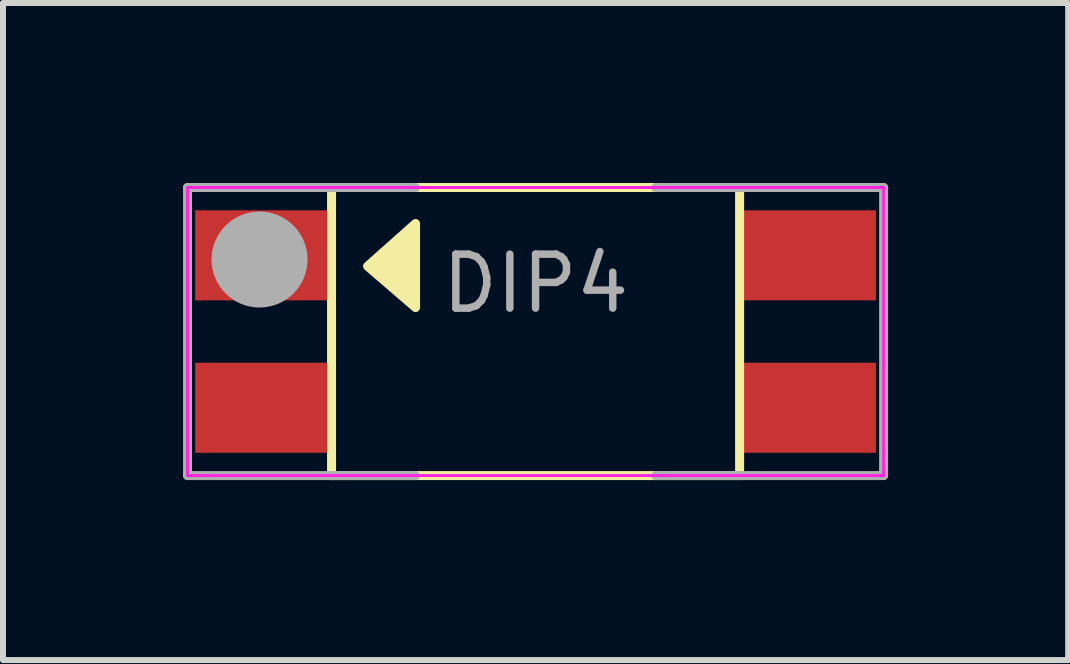
<source format=kicad_pcb>
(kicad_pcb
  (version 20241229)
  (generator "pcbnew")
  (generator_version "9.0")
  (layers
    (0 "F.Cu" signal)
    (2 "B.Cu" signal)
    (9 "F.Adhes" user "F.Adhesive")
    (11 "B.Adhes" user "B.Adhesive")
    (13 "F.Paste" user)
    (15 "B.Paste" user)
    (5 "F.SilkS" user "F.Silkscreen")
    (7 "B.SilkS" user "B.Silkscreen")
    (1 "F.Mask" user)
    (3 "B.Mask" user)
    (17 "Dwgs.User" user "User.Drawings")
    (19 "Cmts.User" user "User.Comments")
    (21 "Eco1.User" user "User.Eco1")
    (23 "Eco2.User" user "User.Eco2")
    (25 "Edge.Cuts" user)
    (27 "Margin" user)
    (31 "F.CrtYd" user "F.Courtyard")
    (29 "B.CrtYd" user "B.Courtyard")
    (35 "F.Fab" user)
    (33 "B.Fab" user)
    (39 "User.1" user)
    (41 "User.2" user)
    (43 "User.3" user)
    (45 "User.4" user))
  (footprint "DIP4"
    (layer "F.Cu")
    (at 5.875 2.475)
    (property "Reference" "DIP4" (at 0 -0.8 180) (layer "F.Fab") (effects (font (size 0.9 0.9) (thickness 0.124))))
    (attr smd)
    (fp_line (start -3.4 -2.4) (end 3.4 -2.4) (stroke (width 0.15) (type solid)) (layer "F.SilkS"))
    (fp_line (start -3.4 2.4) (end -3.4 -2.4) (stroke (width 0.15) (type solid)) (layer "F.SilkS"))
    (fp_line (start -3.4 2.4) (end 3.4 2.4) (stroke (width 0.15) (type solid)) (layer "F.SilkS"))
    (fp_line (start 3.4 2.4) (end 3.4 -2.4) (stroke (width 0.15) (type solid)) (layer "F.SilkS"))
    (fp_poly (pts (xy -2 -0.4) (xy -2.8 -1.089) (xy -2 -1.8)) (stroke (width 0.15) (type solid)) (fill yes) (layer "F.SilkS"))
    (fp_line (start -5.8 2.4) (end -5.8 -2.4) (stroke (width 0.05) (type solid)) (layer "F.CrtYd"))
    (fp_line (start -5.8 2.4) (end 5.8 2.4) (stroke (width 0.05) (type solid)) (layer "F.CrtYd"))
    (fp_line (start 5.8 -2.4) (end -5.8 -2.4) (stroke (width 0.05) (type solid)) (layer "F.CrtYd"))
    (fp_line (start 5.8 -2.4) (end 5.8 2.4) (stroke (width 0.05) (type solid)) (layer "F.CrtYd"))
    (fp_line (start -5.8 2.4) (end -5.8 -2.4) (stroke (width 0.15) (type solid)) (layer "F.Fab"))
    (fp_line (start -5.8 2.4) (end -2 2.4) (stroke (width 0.15) (type solid)) (layer "F.Fab"))
    (fp_line (start -2 -2.4) (end -5.8 -2.4) (stroke (width 0.15) (type solid)) (layer "F.Fab"))
    (fp_line (start 5.8 -2.4) (end 2 -2.4) (stroke (width 0.15) (type solid)) (layer "F.Fab"))
    (fp_line (start 5.8 2.4) (end 2 2.4) (stroke (width 0.15) (type solid)) (layer "F.Fab"))
    (fp_line (start 5.8 2.4) (end 5.8 -2.4) (stroke (width 0.15) (type solid)) (layer "F.Fab"))
    (fp_circle (center -4.6 -1.2) (end -4.6 -0.8) (stroke (width 0.8) (type solid)) (fill no) (layer "F.Fab"))
    (pad "1" smd rect (at -4.572 -1.27) (size 2.2 1.5) (layers "F.Cu" "F.Mask" "F.Paste"))
    (pad "2" smd rect (at -4.572 1.27) (size 2.2 1.5) (layers "F.Cu" "F.Mask" "F.Paste"))
    (pad "3" smd rect (at 4.572 1.27) (size 2.2 1.5) (layers "F.Cu" "F.Mask" "F.Paste"))
    (pad "4" smd rect (at 4.572 -1.27) (size 2.2 1.5) (layers "F.Cu" "F.Mask" "F.Paste")))
  (gr_rect
    (start -3 -3)
    (end 14.75 7.95)
    (stroke (width 0.1) (type default))
    (fill no)
    (layer "Edge.Cuts")))
</source>
